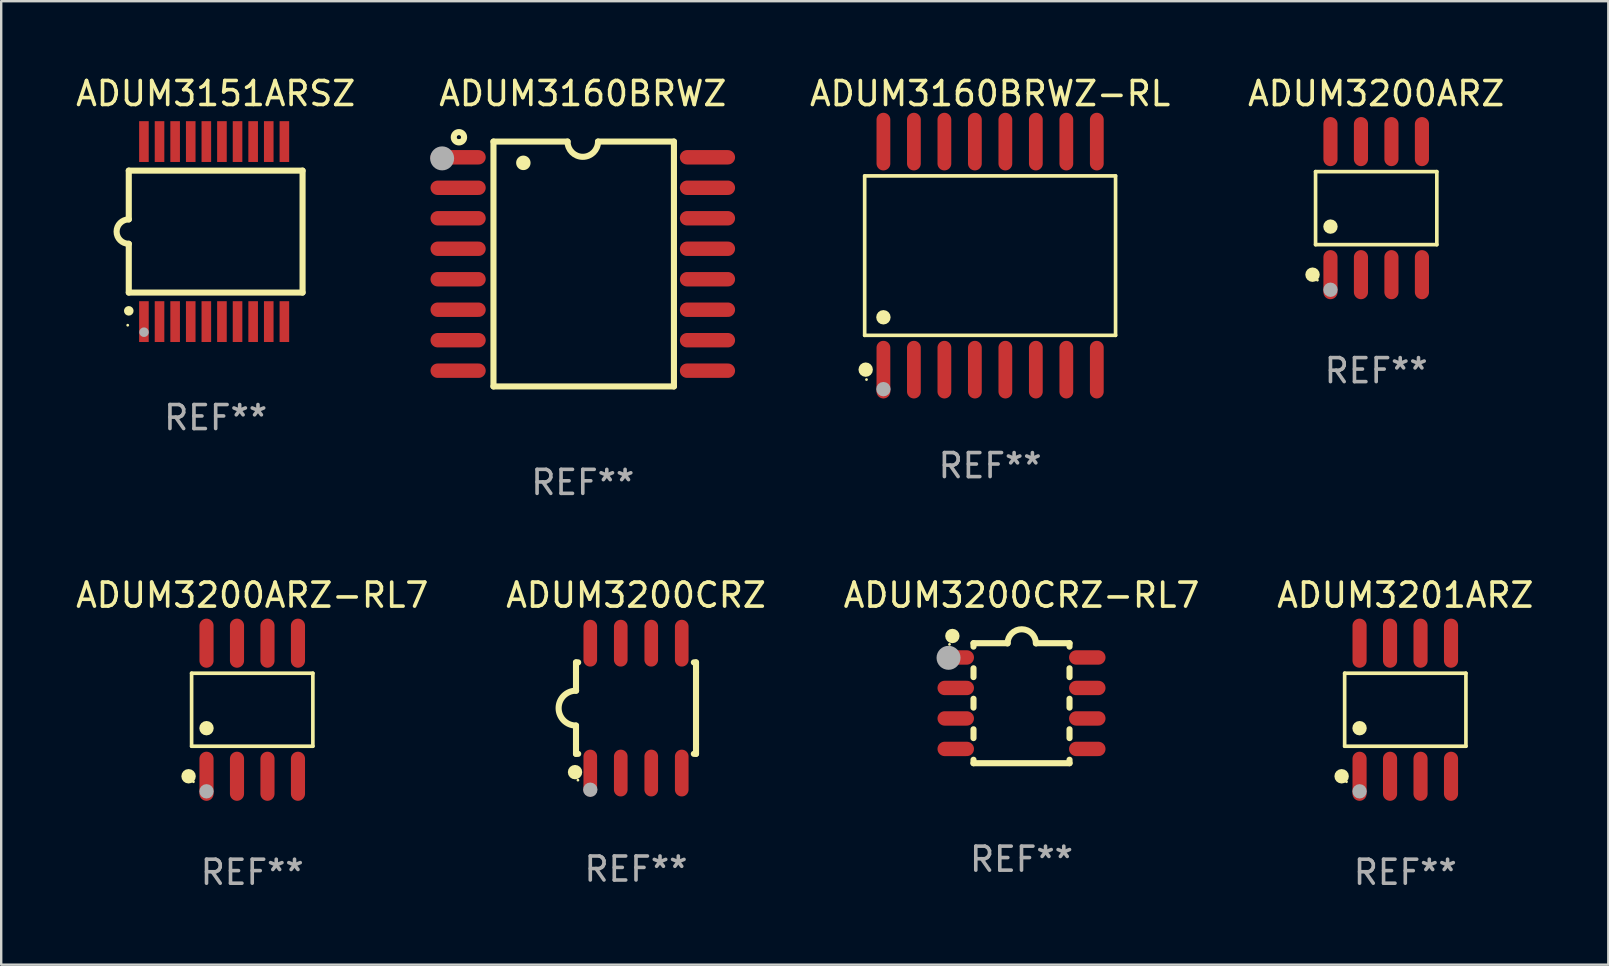
<source format=kicad_pcb>
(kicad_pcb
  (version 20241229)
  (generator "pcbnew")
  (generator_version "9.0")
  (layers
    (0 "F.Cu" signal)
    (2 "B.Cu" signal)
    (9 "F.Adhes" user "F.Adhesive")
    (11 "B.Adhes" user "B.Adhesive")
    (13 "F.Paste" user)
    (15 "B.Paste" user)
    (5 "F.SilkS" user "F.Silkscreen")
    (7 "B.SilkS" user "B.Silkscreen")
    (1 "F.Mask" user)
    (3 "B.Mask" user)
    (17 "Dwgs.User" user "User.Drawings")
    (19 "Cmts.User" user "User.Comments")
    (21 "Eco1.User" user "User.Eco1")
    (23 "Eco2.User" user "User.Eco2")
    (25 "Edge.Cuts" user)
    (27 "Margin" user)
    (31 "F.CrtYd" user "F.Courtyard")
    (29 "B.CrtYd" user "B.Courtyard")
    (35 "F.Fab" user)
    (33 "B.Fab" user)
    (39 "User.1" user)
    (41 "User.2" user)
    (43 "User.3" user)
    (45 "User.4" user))
  (footprint "ADUM3151ARSZ"
    (layer "F.Cu")
    (at 5.935 6.598)
    (property "Reference" "ADUM3151ARSZ" (at 0 -5.75 0) (layer "F.SilkS") (effects (font (size 1 1) (thickness 0.15))))
    (attr through_hole)
    (fp_line (start -3.62 -2.54) (end 3.62 -2.54) (stroke (width 0.254) (type solid)) (layer "F.SilkS"))
    (fp_line (start -3.62 -0.508) (end -3.62 -2.54) (stroke (width 0.254) (type solid)) (layer "F.SilkS"))
    (fp_line (start -3.62 2.54) (end -3.62 0.508) (stroke (width 0.254) (type solid)) (layer "F.SilkS"))
    (fp_line (start 3.62 -2.54) (end 3.62 2.54) (stroke (width 0.254) (type solid)) (layer "F.SilkS"))
    (fp_line (start 3.62 2.54) (end -3.62 2.54) (stroke (width 0.254) (type solid)) (layer "F.SilkS"))
    (fp_arc (start -3.619507 0.508052) (mid -4.125607 0.000051) (end -3.619507 -0.50795) (stroke (width 0.254001) (type solid)) (layer "F.SilkS"))
    (fp_circle (center -3.664 3.9) (end -3.634 3.9) (stroke (width 0.06) (type solid)) (fill no) (layer "F.SilkS"))
    (fp_circle (center -3.62 3.302) (end -3.52 3.302) (stroke (width 0.2) (type solid)) (fill no) (layer "F.SilkS"))
    (fp_circle (center -2.985 4.191) (end -2.885 4.191) (stroke (width 0.2) (type solid)) (fill no) (layer "F.Fab"))
    (fp_text user "REF**" (at 0 7.75 0) (layer "F.Fab") (effects (font (size 1 1) (thickness 0.15))))
    (pad "1" smd rect (at -2.989 3.75) (size 0.4 1.7) (layers "F.Cu" "F.Mask" "F.Paste"))
    (pad "2" smd rect (at -2.339 3.75) (size 0.4 1.7) (layers "F.Cu" "F.Mask" "F.Paste"))
    (pad "3" smd rect (at -1.689 3.75) (size 0.4 1.7) (layers "F.Cu" "F.Mask" "F.Paste"))
    (pad "4" smd rect (at -1.039 3.75) (size 0.4 1.7) (layers "F.Cu" "F.Mask" "F.Paste"))
    (pad "5" smd rect (at -0.389 3.75) (size 0.4 1.7) (layers "F.Cu" "F.Mask" "F.Paste"))
    (pad "6" smd rect (at 0.261 3.75) (size 0.4 1.7) (layers "F.Cu" "F.Mask" "F.Paste"))
    (pad "7" smd rect (at 0.911 3.75) (size 0.4 1.7) (layers "F.Cu" "F.Mask" "F.Paste"))
    (pad "8" smd rect (at 1.561 3.75) (size 0.4 1.7) (layers "F.Cu" "F.Mask" "F.Paste"))
    (pad "9" smd rect (at 2.211 3.75) (size 0.4 1.7) (layers "F.Cu" "F.Mask" "F.Paste"))
    (pad "10" smd rect (at 2.862 3.75) (size 0.4 1.7) (layers "F.Cu" "F.Mask" "F.Paste"))
    (pad "11" smd rect (at 2.862 -3.75) (size 0.4 1.7) (layers "F.Cu" "F.Mask" "F.Paste"))
    (pad "12" smd rect (at 2.211 -3.75) (size 0.4 1.7) (layers "F.Cu" "F.Mask" "F.Paste"))
    (pad "13" smd rect (at 1.561 -3.75) (size 0.4 1.7) (layers "F.Cu" "F.Mask" "F.Paste"))
    (pad "14" smd rect (at 0.911 -3.75) (size 0.4 1.7) (layers "F.Cu" "F.Mask" "F.Paste"))
    (pad "15" smd rect (at 0.261 -3.75) (size 0.4 1.7) (layers "F.Cu" "F.Mask" "F.Paste"))
    (pad "16" smd rect (at -0.389 -3.75) (size 0.4 1.7) (layers "F.Cu" "F.Mask" "F.Paste"))
    (pad "17" smd rect (at -1.039 -3.75) (size 0.4 1.7) (layers "F.Cu" "F.Mask" "F.Paste"))
    (pad "18" smd rect (at -1.689 -3.75) (size 0.4 1.7) (layers "F.Cu" "F.Mask" "F.Paste"))
    (pad "19" smd rect (at -2.339 -3.75) (size 0.4 1.7) (layers "F.Cu" "F.Mask" "F.Paste"))
    (pad "20" smd rect (at -2.989 -3.75) (size 0.4 1.7) (layers "F.Cu" "F.Mask" "F.Paste")))
  (footprint "ADUM3200ARZ-RL7"
    (layer "F.Cu")
    (at 7.458 26.517)
    (property "Reference" "ADUM3200ARZ-RL7" (at 0 -4.772 0) (layer "F.SilkS") (effects (font (size 1 1) (thickness 0.15))))
    (attr through_hole)
    (fp_line (start -2.526 -1.521) (end 2.526 -1.521) (stroke (width 0.152) (type solid)) (layer "F.SilkS"))
    (fp_line (start -2.526 1.521) (end -2.526 -1.521) (stroke (width 0.152) (type solid)) (layer "F.SilkS"))
    (fp_line (start 2.526 -1.521) (end 2.526 1.521) (stroke (width 0.152) (type solid)) (layer "F.SilkS"))
    (fp_line (start 2.526 1.521) (end -2.526 1.521) (stroke (width 0.152) (type solid)) (layer "F.SilkS"))
    (fp_circle (center -2.652 2.772) (end -2.501 2.772) (stroke (width 0.3) (type solid)) (fill no) (layer "F.SilkS"))
    (fp_circle (center -2.45 3) (end -2.42 3) (stroke (width 0.06) (type solid)) (fill no) (layer "F.SilkS"))
    (fp_circle (center -1.905 0.769) (end -1.755 0.769) (stroke (width 0.3) (type solid)) (fill no) (layer "F.SilkS"))
    (fp_circle (center -1.905 3.4) (end -1.755 3.4) (stroke (width 0.3) (type solid)) (fill no) (layer "F.Fab"))
    (fp_text user "REF**" (at 0 6.772 0) (layer "F.Fab") (effects (font (size 1 1) (thickness 0.15))))
    (pad "1" smd oval (at -1.905 2.772) (size 0.588 2.045) (layers "F.Cu" "F.Mask" "F.Paste"))
    (pad "2" smd oval (at -0.635 2.772) (size 0.588 2.045) (layers "F.Cu" "F.Mask" "F.Paste"))
    (pad "3" smd oval (at 0.635 2.772) (size 0.588 2.045) (layers "F.Cu" "F.Mask" "F.Paste"))
    (pad "4" smd oval (at 1.905 2.772) (size 0.588 2.045) (layers "F.Cu" "F.Mask" "F.Paste"))
    (pad "5" smd oval (at 1.905 -2.772) (size 0.588 2.045) (layers "F.Cu" "F.Mask" "F.Paste"))
    (pad "6" smd oval (at 0.635 -2.772) (size 0.588 2.045) (layers "F.Cu" "F.Mask" "F.Paste"))
    (pad "7" smd oval (at -0.635 -2.772) (size 0.588 2.045) (layers "F.Cu" "F.Mask" "F.Paste"))
    (pad "8" smd oval (at -1.905 -2.772) (size 0.588 2.045) (layers "F.Cu" "F.Mask" "F.Paste")))
  (footprint "ADUM3160BRWZ-RL"
    (layer "F.Cu")
    (at 38.198 7.599)
    (property "Reference" "ADUM3160BRWZ-RL" (at 0 -6.75 0) (layer "F.SilkS") (effects (font (size 1 1) (thickness 0.15))))
    (attr through_hole)
    (fp_line (start -5.226 -3.321) (end 5.226 -3.321) (stroke (width 0.152) (type solid)) (layer "F.SilkS"))
    (fp_line (start -5.226 3.321) (end -5.226 -3.321) (stroke (width 0.152) (type solid)) (layer "F.SilkS"))
    (fp_line (start 5.226 -3.321) (end 5.226 3.321) (stroke (width 0.152) (type solid)) (layer "F.SilkS"))
    (fp_line (start 5.226 3.321) (end -5.226 3.321) (stroke (width 0.152) (type solid)) (layer "F.SilkS"))
    (fp_circle (center -5.184 4.75) (end -5.034 4.75) (stroke (width 0.3) (type solid)) (fill no) (layer "F.SilkS"))
    (fp_circle (center -5.15 5.163) (end -5.12 5.163) (stroke (width 0.06) (type solid)) (fill no) (layer "F.SilkS"))
    (fp_circle (center -4.445 2.569) (end -4.295 2.569) (stroke (width 0.3) (type solid)) (fill no) (layer "F.SilkS"))
    (fp_circle (center -4.445 5.563) (end -4.295 5.563) (stroke (width 0.3) (type solid)) (fill no) (layer "F.Fab"))
    (fp_text user "REF**" (at 0 8.75 0) (layer "F.Fab") (effects (font (size 1 1) (thickness 0.15))))
    (pad "1" smd oval (at -4.445 4.75) (size 0.574 2.401) (layers "F.Cu" "F.Mask" "F.Paste"))
    (pad "2" smd oval (at -3.175 4.75) (size 0.574 2.401) (layers "F.Cu" "F.Mask" "F.Paste"))
    (pad "3" smd oval (at -1.905 4.75) (size 0.574 2.401) (layers "F.Cu" "F.Mask" "F.Paste"))
    (pad "4" smd oval (at -0.635 4.75) (size 0.574 2.401) (layers "F.Cu" "F.Mask" "F.Paste"))
    (pad "5" smd oval (at 0.635 4.75) (size 0.574 2.401) (layers "F.Cu" "F.Mask" "F.Paste"))
    (pad "6" smd oval (at 1.905 4.75) (size 0.574 2.401) (layers "F.Cu" "F.Mask" "F.Paste"))
    (pad "7" smd oval (at 3.175 4.75) (size 0.574 2.401) (layers "F.Cu" "F.Mask" "F.Paste"))
    (pad "8" smd oval (at 4.445 4.75) (size 0.574 2.401) (layers "F.Cu" "F.Mask" "F.Paste"))
    (pad "9" smd oval (at 4.445 -4.75) (size 0.574 2.401) (layers "F.Cu" "F.Mask" "F.Paste"))
    (pad "10" smd oval (at 3.175 -4.75) (size 0.574 2.401) (layers "F.Cu" "F.Mask" "F.Paste"))
    (pad "11" smd oval (at 1.905 -4.75) (size 0.574 2.401) (layers "F.Cu" "F.Mask" "F.Paste"))
    (pad "12" smd oval (at 0.635 -4.75) (size 0.574 2.401) (layers "F.Cu" "F.Mask" "F.Paste"))
    (pad "13" smd oval (at -0.635 -4.75) (size 0.574 2.401) (layers "F.Cu" "F.Mask" "F.Paste"))
    (pad "14" smd oval (at -1.905 -4.75) (size 0.574 2.401) (layers "F.Cu" "F.Mask" "F.Paste"))
    (pad "15" smd oval (at -3.175 -4.75) (size 0.574 2.401) (layers "F.Cu" "F.Mask" "F.Paste"))
    (pad "16" smd oval (at -4.445 -4.75) (size 0.574 2.401) (layers "F.Cu" "F.Mask" "F.Paste")))
  (footprint "ADUM3201ARZ"
    (layer "F.Cu")
    (at 55.494 26.517)
    (property "Reference" "ADUM3201ARZ" (at 0 -4.772 0) (layer "F.SilkS") (effects (font (size 1 1) (thickness 0.15))))
    (attr through_hole)
    (fp_line (start -2.526 -1.521) (end 2.526 -1.521) (stroke (width 0.152) (type solid)) (layer "F.SilkS"))
    (fp_line (start -2.526 1.521) (end -2.526 -1.521) (stroke (width 0.152) (type solid)) (layer "F.SilkS"))
    (fp_line (start 2.526 -1.521) (end 2.526 1.521) (stroke (width 0.152) (type solid)) (layer "F.SilkS"))
    (fp_line (start 2.526 1.521) (end -2.526 1.521) (stroke (width 0.152) (type solid)) (layer "F.SilkS"))
    (fp_circle (center -2.652 2.772) (end -2.501 2.772) (stroke (width 0.3) (type solid)) (fill no) (layer "F.SilkS"))
    (fp_circle (center -2.45 3) (end -2.42 3) (stroke (width 0.06) (type solid)) (fill no) (layer "F.SilkS"))
    (fp_circle (center -1.905 0.769) (end -1.755 0.769) (stroke (width 0.3) (type solid)) (fill no) (layer "F.SilkS"))
    (fp_circle (center -1.905 3.4) (end -1.755 3.4) (stroke (width 0.3) (type solid)) (fill no) (layer "F.Fab"))
    (fp_text user "REF**" (at 0 6.772 0) (layer "F.Fab") (effects (font (size 1 1) (thickness 0.15))))
    (pad "1" smd oval (at -1.905 2.772) (size 0.588 2.045) (layers "F.Cu" "F.Mask" "F.Paste"))
    (pad "2" smd oval (at -0.635 2.772) (size 0.588 2.045) (layers "F.Cu" "F.Mask" "F.Paste"))
    (pad "3" smd oval (at 0.635 2.772) (size 0.588 2.045) (layers "F.Cu" "F.Mask" "F.Paste"))
    (pad "4" smd oval (at 1.905 2.772) (size 0.588 2.045) (layers "F.Cu" "F.Mask" "F.Paste"))
    (pad "5" smd oval (at 1.905 -2.772) (size 0.588 2.045) (layers "F.Cu" "F.Mask" "F.Paste"))
    (pad "6" smd oval (at 0.635 -2.772) (size 0.588 2.045) (layers "F.Cu" "F.Mask" "F.Paste"))
    (pad "7" smd oval (at -0.635 -2.772) (size 0.588 2.045) (layers "F.Cu" "F.Mask" "F.Paste"))
    (pad "8" smd oval (at -1.905 -2.772) (size 0.588 2.045) (layers "F.Cu" "F.Mask" "F.Paste")))
  (footprint "ADUM3160BRWZ"
    (layer "F.Cu")
    (at 21.229 7.948)
    (property "Reference" "ADUM3160BRWZ" (at 0 -7.1 0) (layer "F.SilkS") (effects (font (size 1 1) (thickness 0.15))))
    (attr through_hole)
    (fp_line (start -3.721 -5.1) (end -3.721 5.1) (stroke (width 0.254) (type solid)) (layer "F.SilkS"))
    (fp_line (start -3.721 -5.1) (end -0.635 -5.1) (stroke (width 0.254) (type solid)) (layer "F.SilkS"))
    (fp_line (start -3.721 5.1) (end 3.797 5.1) (stroke (width 0.254) (type solid)) (layer "F.SilkS"))
    (fp_line (start 3.797 -5.1) (end 0.635 -5.1) (stroke (width 0.254) (type solid)) (layer "F.SilkS"))
    (fp_line (start 3.797 5.1) (end 3.797 -5.1) (stroke (width 0.254) (type solid)) (layer "F.SilkS"))
    (fp_arc (start -2.476556 -4.211328) (mid -2.476567 -4.213868) (end -2.476556 -4.216408) (stroke (width 0.6) (type solid)) (layer "F.SilkS"))
    (fp_arc (start 0.63495 -5.100076) (mid -0.000178 -4.465329) (end -0.635052 -5.10033) (stroke (width 0.254001) (type solid)) (layer "F.SilkS"))
    (fp_circle (center -5.16 -5.28) (end -4.945 -5.28) (stroke (width 0.254) (type solid)) (fill no) (layer "F.SilkS"))
    (fp_circle (center -5.15 -5.15) (end -5.12 -5.15) (stroke (width 0.06) (type solid)) (fill no) (layer "F.SilkS"))
    (fp_circle (center -5.86 -4.4) (end -5.61 -4.4) (stroke (width 0.5) (type solid)) (fill no) (layer "F.Fab"))
    (fp_text user "REF**" (at 0 9.1 0) (layer "F.Fab") (effects (font (size 1 1) (thickness 0.15))))
    (pad "1" smd oval (at -5.194 -4.445) (size 2.3 0.6) (layers "F.Cu" "F.Mask" "F.Paste"))
    (pad "2" smd oval (at -5.194 -3.175) (size 2.3 0.6) (layers "F.Cu" "F.Mask" "F.Paste"))
    (pad "3" smd oval (at -5.194 -1.905) (size 2.3 0.6) (layers "F.Cu" "F.Mask" "F.Paste"))
    (pad "4" smd oval (at -5.194 -0.635) (size 2.3 0.6) (layers "F.Cu" "F.Mask" "F.Paste"))
    (pad "5" smd oval (at -5.194 0.635) (size 2.3 0.6) (layers "F.Cu" "F.Mask" "F.Paste"))
    (pad "6" smd oval (at -5.194 1.905) (size 2.3 0.6) (layers "F.Cu" "F.Mask" "F.Paste"))
    (pad "7" smd oval (at -5.194 3.175) (size 2.3 0.6) (layers "F.Cu" "F.Mask" "F.Paste"))
    (pad "8" smd oval (at -5.194 4.445) (size 2.3 0.6) (layers "F.Cu" "F.Mask" "F.Paste"))
    (pad "9" smd oval (at 5.194 4.445) (size 2.3 0.6) (layers "F.Cu" "F.Mask" "F.Paste"))
    (pad "10" smd oval (at 5.194 3.175) (size 2.3 0.6) (layers "F.Cu" "F.Mask" "F.Paste"))
    (pad "11" smd oval (at 5.194 1.905) (size 2.3 0.6) (layers "F.Cu" "F.Mask" "F.Paste"))
    (pad "12" smd oval (at 5.194 0.635) (size 2.3 0.6) (layers "F.Cu" "F.Mask" "F.Paste"))
    (pad "13" smd oval (at 5.194 -0.635) (size 2.3 0.6) (layers "F.Cu" "F.Mask" "F.Paste"))
    (pad "14" smd oval (at 5.194 -1.905) (size 2.3 0.6) (layers "F.Cu" "F.Mask" "F.Paste"))
    (pad "15" smd oval (at 5.194 -3.175) (size 2.3 0.6) (layers "F.Cu" "F.Mask" "F.Paste"))
    (pad "16" smd oval (at 5.194 -4.445) (size 2.3 0.6) (layers "F.Cu" "F.Mask" "F.Paste")))
  (footprint "ADUM3200CRZ-RL7"
    (layer "F.Cu")
    (at 39.506 26.245)
    (property "Reference" "ADUM3200CRZ-RL7" (at 0 -4.5 0) (layer "F.SilkS") (effects (font (size 1 1) (thickness 0.15))))
    (attr through_hole)
    (fp_line (start -2 -2.5) (end -2 -2.356) (stroke (width 0.254) (type solid)) (layer "F.SilkS"))
    (fp_line (start -2 -1.454) (end -2 -1.086) (stroke (width 0.254) (type solid)) (layer "F.SilkS"))
    (fp_line (start -2 -0.184) (end -2 0.184) (stroke (width 0.254) (type solid)) (layer "F.SilkS"))
    (fp_line (start -2 1.086) (end -2 1.454) (stroke (width 0.254) (type solid)) (layer "F.SilkS"))
    (fp_line (start -2 2.356) (end -2 2.5) (stroke (width 0.254) (type solid)) (layer "F.SilkS"))
    (fp_line (start -0.58 -2.5) (end -2 -2.5) (stroke (width 0.254) (type solid)) (layer "F.SilkS"))
    (fp_line (start 2 -2.5) (end 0.6 -2.5) (stroke (width 0.254) (type solid)) (layer "F.SilkS"))
    (fp_line (start 2 -2.5) (end 2 -2.356) (stroke (width 0.254) (type solid)) (layer "F.SilkS"))
    (fp_line (start 2 -1.454) (end 2 -1.086) (stroke (width 0.254) (type solid)) (layer "F.SilkS"))
    (fp_line (start 2 -0.184) (end 2 0.184) (stroke (width 0.254) (type solid)) (layer "F.SilkS"))
    (fp_line (start 2 1.086) (end 2 1.454) (stroke (width 0.254) (type solid)) (layer "F.SilkS"))
    (fp_line (start 2 2.356) (end 2 2.5) (stroke (width 0.254) (type solid)) (layer "F.SilkS"))
    (fp_line (start 2 2.5) (end -2 2.5) (stroke (width 0.254) (type solid)) (layer "F.SilkS"))
    (fp_arc (start -0.579908 -2.489992) (mid 0.010097 -3.07831) (end 0.600102 -2.489992) (stroke (width 0.254001) (type solid)) (layer "F.SilkS"))
    (fp_circle (center -3 -2.45) (end -2.97 -2.45) (stroke (width 0.06) (type solid)) (fill no) (layer "F.SilkS"))
    (fp_circle (center -2.88 -2.8) (end -2.73 -2.8) (stroke (width 0.3) (type solid)) (fill no) (layer "F.SilkS"))
    (fp_circle (center -3.04 -1.89) (end -2.79 -1.89) (stroke (width 0.5) (type solid)) (fill no) (layer "F.Fab"))
    (fp_text user "REF**" (at 0 6.5 0) (layer "F.Fab") (effects (font (size 1 1) (thickness 0.15))))
    (pad "1" smd oval (at -2.74 -1.905 90) (size 0.6 1.52) (layers "F.Cu" "F.Mask" "F.Paste"))
    (pad "2" smd oval (at -2.74 -0.635 90) (size 0.6 1.52) (layers "F.Cu" "F.Mask" "F.Paste"))
    (pad "3" smd oval (at -2.74 0.635 90) (size 0.6 1.52) (layers "F.Cu" "F.Mask" "F.Paste"))
    (pad "4" smd oval (at -2.74 1.905 90) (size 0.6 1.52) (layers "F.Cu" "F.Mask" "F.Paste"))
    (pad "5" smd oval (at 2.74 1.905 90) (size 0.6 1.52) (layers "F.Cu" "F.Mask" "F.Paste"))
    (pad "6" smd oval (at 2.74 0.635 90) (size 0.6 1.52) (layers "F.Cu" "F.Mask" "F.Paste"))
    (pad "7" smd oval (at 2.74 -0.635 90) (size 0.6 1.52) (layers "F.Cu" "F.Mask" "F.Paste"))
    (pad "8" smd oval (at 2.74 -1.905 90) (size 0.6 1.52) (layers "F.Cu" "F.Mask" "F.Paste")))
  (footprint "ADUM3200ARZ"
    (layer "F.Cu")
    (at 54.282 5.621)
    (property "Reference" "ADUM3200ARZ" (at 0 -4.772 0) (layer "F.SilkS") (effects (font (size 1 1) (thickness 0.15))))
    (attr through_hole)
    (fp_line (start -2.526 -1.521) (end 2.526 -1.521) (stroke (width 0.152) (type solid)) (layer "F.SilkS"))
    (fp_line (start -2.526 1.521) (end -2.526 -1.521) (stroke (width 0.152) (type solid)) (layer "F.SilkS"))
    (fp_line (start 2.526 -1.521) (end 2.526 1.521) (stroke (width 0.152) (type solid)) (layer "F.SilkS"))
    (fp_line (start 2.526 1.521) (end -2.526 1.521) (stroke (width 0.152) (type solid)) (layer "F.SilkS"))
    (fp_circle (center -2.652 2.772) (end -2.501 2.772) (stroke (width 0.3) (type solid)) (fill no) (layer "F.SilkS"))
    (fp_circle (center -2.45 3) (end -2.42 3) (stroke (width 0.06) (type solid)) (fill no) (layer "F.SilkS"))
    (fp_circle (center -1.905 0.769) (end -1.755 0.769) (stroke (width 0.3) (type solid)) (fill no) (layer "F.SilkS"))
    (fp_circle (center -1.905 3.4) (end -1.755 3.4) (stroke (width 0.3) (type solid)) (fill no) (layer "F.Fab"))
    (fp_text user "REF**" (at 0 6.772 0) (layer "F.Fab") (effects (font (size 1 1) (thickness 0.15))))
    (pad "1" smd oval (at -1.905 2.772) (size 0.588 2.045) (layers "F.Cu" "F.Mask" "F.Paste"))
    (pad "2" smd oval (at -0.635 2.772) (size 0.588 2.045) (layers "F.Cu" "F.Mask" "F.Paste"))
    (pad "3" smd oval (at 0.635 2.772) (size 0.588 2.045) (layers "F.Cu" "F.Mask" "F.Paste"))
    (pad "4" smd oval (at 1.905 2.772) (size 0.588 2.045) (layers "F.Cu" "F.Mask" "F.Paste"))
    (pad "5" smd oval (at 1.905 -2.772) (size 0.588 2.045) (layers "F.Cu" "F.Mask" "F.Paste"))
    (pad "6" smd oval (at 0.635 -2.772) (size 0.588 2.045) (layers "F.Cu" "F.Mask" "F.Paste"))
    (pad "7" smd oval (at -0.635 -2.772) (size 0.588 2.045) (layers "F.Cu" "F.Mask" "F.Paste"))
    (pad "8" smd oval (at -1.905 -2.772) (size 0.588 2.045) (layers "F.Cu" "F.Mask" "F.Paste")))
  (footprint "ADUM3200CRZ"
    (layer "F.Cu")
    (at 23.446 26.45)
    (property "Reference" "ADUM3200CRZ" (at 0 -4.705 0) (layer "F.SilkS") (effects (font (size 1 1) (thickness 0.15))))
    (attr through_hole)
    (fp_line (start -2.5 -1.905) (end -2.409 -1.905) (stroke (width 0.254) (type solid)) (layer "F.SilkS"))
    (fp_line (start -2.5 -1.5) (end -2.5 -1.905) (stroke (width 0.254) (type solid)) (layer "F.SilkS"))
    (fp_line (start -2.5 -1.5) (end -2.5 -0.726) (stroke (width 0.254) (type solid)) (layer "F.SilkS"))
    (fp_line (start -2.5 1.5) (end -2.5 0.727) (stroke (width 0.254) (type solid)) (layer "F.SilkS"))
    (fp_line (start -2.5 1.5) (end -2.5 1.905) (stroke (width 0.254) (type solid)) (layer "F.SilkS"))
    (fp_line (start -2.5 1.905) (end -2.409 1.905) (stroke (width 0.254) (type solid)) (layer "F.SilkS"))
    (fp_line (start 2.5 -1.905) (end 2.409 -1.905) (stroke (width 0.254) (type solid)) (layer "F.SilkS"))
    (fp_line (start 2.5 -1.5) (end 2.5 -1.905) (stroke (width 0.254) (type solid)) (layer "F.SilkS"))
    (fp_line (start 2.5 -1.5) (end 2.5 1.5) (stroke (width 0.254) (type solid)) (layer "F.SilkS"))
    (fp_line (start 2.5 1.5) (end 2.5 1.905) (stroke (width 0.254) (type solid)) (layer "F.SilkS"))
    (fp_line (start 2.5 1.905) (end 2.409 1.905) (stroke (width 0.254) (type solid)) (layer "F.SilkS"))
    (fp_arc (start -2.5 0.726568) (mid -3.220316 -0.0023) (end -2.495097 -0.726289) (stroke (width 0.254001) (type solid)) (layer "F.SilkS"))
    (fp_circle (center -2.54 2.667) (end -2.39 2.667) (stroke (width 0.3) (type solid)) (fill no) (layer "F.SilkS"))
    (fp_circle (center -2.42 3) (end -2.39 3) (stroke (width 0.06) (type solid)) (fill no) (layer "F.SilkS"))
    (fp_circle (center -1.905 3.4) (end -1.755 3.4) (stroke (width 0.3) (type solid)) (fill no) (layer "F.Fab"))
    (fp_text user "REF**" (at 0 6.705 0) (layer "F.Fab") (effects (font (size 1 1) (thickness 0.15))))
    (pad "1" smd oval (at -1.905 2.705) (size 0.568 1.95) (layers "F.Cu" "F.Mask" "F.Paste"))
    (pad "2" smd oval (at -0.635 2.705) (size 0.568 1.95) (layers "F.Cu" "F.Mask" "F.Paste"))
    (pad "3" smd oval (at 0.635 2.705) (size 0.568 1.95) (layers "F.Cu" "F.Mask" "F.Paste"))
    (pad "4" smd oval (at 1.905 2.705) (size 0.568 1.95) (layers "F.Cu" "F.Mask" "F.Paste"))
    (pad "5" smd oval (at 1.905 -2.705) (size 0.568 1.95) (layers "F.Cu" "F.Mask" "F.Paste"))
    (pad "6" smd oval (at 0.635 -2.705) (size 0.568 1.95) (layers "F.Cu" "F.Mask" "F.Paste"))
    (pad "7" smd oval (at -0.635 -2.705) (size 0.568 1.95) (layers "F.Cu" "F.Mask" "F.Paste"))
    (pad "8" smd oval (at -1.905 -2.705) (size 0.568 1.95) (layers "F.Cu" "F.Mask" "F.Paste")))
  (gr_rect
    (start -3 -3)
    (end 63.952 37.138)
    (stroke (width 0.1) (type default))
    (fill no)
    (layer "Edge.Cuts")))
</source>
